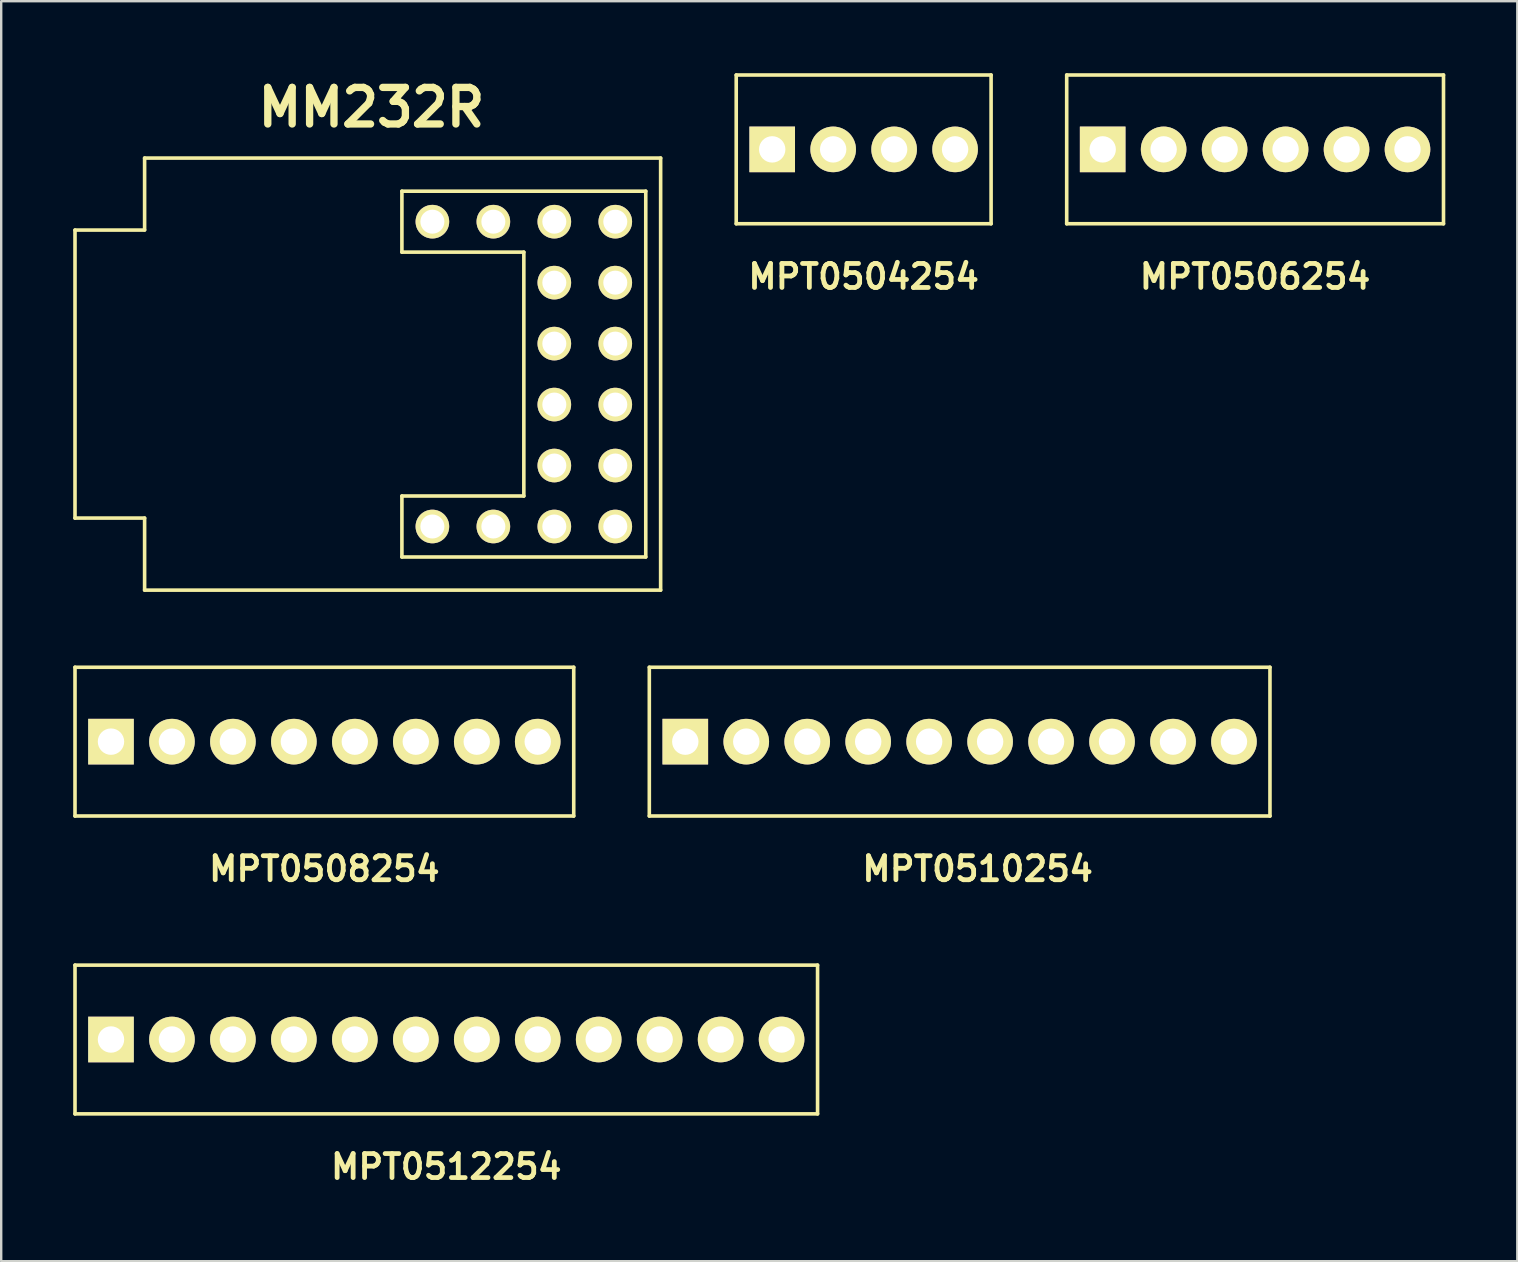
<source format=kicad_pcb>
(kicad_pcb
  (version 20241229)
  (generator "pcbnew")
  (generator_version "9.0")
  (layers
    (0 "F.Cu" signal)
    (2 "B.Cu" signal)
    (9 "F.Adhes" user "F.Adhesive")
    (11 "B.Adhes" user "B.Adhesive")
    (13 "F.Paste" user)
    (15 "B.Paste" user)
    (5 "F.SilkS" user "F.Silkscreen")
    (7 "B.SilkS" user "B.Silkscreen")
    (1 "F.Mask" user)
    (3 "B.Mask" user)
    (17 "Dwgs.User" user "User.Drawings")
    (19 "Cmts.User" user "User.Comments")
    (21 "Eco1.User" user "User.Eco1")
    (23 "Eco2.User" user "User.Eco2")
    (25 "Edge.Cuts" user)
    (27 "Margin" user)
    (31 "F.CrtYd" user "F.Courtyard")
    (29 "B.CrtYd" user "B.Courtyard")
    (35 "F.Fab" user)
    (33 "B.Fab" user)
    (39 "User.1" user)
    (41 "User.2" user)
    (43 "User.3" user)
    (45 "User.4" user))
  (footprint "MPT0504254"
    (layer "F.Cu")
    (at 29.123 3.174)
    (property "Reference" "MPT0504254" (at 3.81 5.3 0) (layer "F.SilkS") (effects (font (size 1 1) (thickness 0.2))))
    (attr through_hole)
    (fp_line (start -1.499 -3.099) (end -1.499 3.099) (stroke (width 0.15) (type solid)) (layer "F.SilkS"))
    (fp_line (start -1.499 -3.099) (end 9.12 -3.099) (stroke (width 0.15) (type solid)) (layer "F.SilkS"))
    (fp_line (start 9.12 -3.099) (end 9.12 3.099) (stroke (width 0.15) (type solid)) (layer "F.SilkS"))
    (fp_line (start 9.12 3.099) (end -1.499 3.099) (stroke (width 0.15) (type solid)) (layer "F.SilkS"))
    (pad "1" thru_hole rect (at 0 0) (size 1.9 1.9) (drill 1.1) (layers "*.Cu" "*.Mask" "F.SilkS"))
    (pad "2" thru_hole circle (at 2.54 0) (size 1.9 1.9) (drill 1.1) (layers "*.Cu" "*.Mask" "F.SilkS"))
    (pad "3" thru_hole circle (at 5.08 0) (size 1.9 1.9) (drill 1.1) (layers "*.Cu" "*.Mask" "F.SilkS"))
    (pad "4" thru_hole circle (at 7.62 0) (size 1.9 1.9) (drill 1.1) (layers "*.Cu" "*.Mask" "F.SilkS")))
  (footprint "MPT0508254"
    (layer "F.Cu")
    (at 1.574 27.85)
    (property "Reference" "MPT0508254" (at 8.89 5.3 0) (layer "F.SilkS") (effects (font (size 1 1) (thickness 0.2))))
    (attr through_hole)
    (fp_line (start -1.499 -3.099) (end -1.499 3.099) (stroke (width 0.15) (type solid)) (layer "F.SilkS"))
    (fp_line (start -1.499 -3.099) (end 19.28 -3.099) (stroke (width 0.15) (type solid)) (layer "F.SilkS"))
    (fp_line (start 19.28 -3.099) (end 19.28 3.099) (stroke (width 0.15) (type solid)) (layer "F.SilkS"))
    (fp_line (start 19.28 3.099) (end -1.499 3.099) (stroke (width 0.15) (type solid)) (layer "F.SilkS"))
    (pad "1" thru_hole rect (at 0 0) (size 1.9 1.9) (drill 1.1) (layers "*.Cu" "*.Mask" "F.SilkS"))
    (pad "2" thru_hole circle (at 2.54 0) (size 1.9 1.9) (drill 1.1) (layers "*.Cu" "*.Mask" "F.SilkS"))
    (pad "3" thru_hole circle (at 5.08 0) (size 1.9 1.9) (drill 1.1) (layers "*.Cu" "*.Mask" "F.SilkS"))
    (pad "4" thru_hole circle (at 7.62 0) (size 1.9 1.9) (drill 1.1) (layers "*.Cu" "*.Mask" "F.SilkS"))
    (pad "5" thru_hole circle (at 10.16 0) (size 1.9 1.9) (drill 1.1) (layers "*.Cu" "*.Mask" "F.SilkS"))
    (pad "6" thru_hole circle (at 12.7 0) (size 1.9 1.9) (drill 1.1) (layers "*.Cu" "*.Mask" "F.SilkS"))
    (pad "7" thru_hole circle (at 15.24 0) (size 1.9 1.9) (drill 1.1) (layers "*.Cu" "*.Mask" "F.SilkS"))
    (pad "8" thru_hole circle (at 17.78 0) (size 1.9 1.9) (drill 1.1) (layers "*.Cu" "*.Mask" "F.SilkS")))
  (footprint "MM232R"
    (layer "F.Cu")
    (at 12.425 21.426)
    (property "Reference" "MM232R" (at 0 -20 0) (layer "F.SilkS") (effects (font (size 1.524 1.524) (thickness 0.305))))
    (attr through_hole)
    (fp_line (start -12.35 -14.89) (end -12.35 -2.89) (stroke (width 0.15) (type solid)) (layer "F.SilkS"))
    (fp_line (start -12.35 -14.89) (end -9.45 -14.89) (stroke (width 0.15) (type solid)) (layer "F.SilkS"))
    (fp_line (start -12.35 -2.89) (end -9.45 -2.89) (stroke (width 0.15) (type solid)) (layer "F.SilkS"))
    (fp_line (start -9.45 -17.89) (end -9.45 -14.9) (stroke (width 0.15) (type solid)) (layer "F.SilkS"))
    (fp_line (start -9.45 -2.89) (end -9.45 0.11) (stroke (width 0.15) (type solid)) (layer "F.SilkS"))
    (fp_line (start -9.45 0.11) (end 12.05 0.11) (stroke (width 0.15) (type solid)) (layer "F.SilkS"))
    (fp_line (start 1.27 -16.51) (end 1.27 -13.97) (stroke (width 0.15) (type solid)) (layer "F.SilkS"))
    (fp_line (start 1.27 -13.97) (end 6.35 -13.97) (stroke (width 0.15) (type solid)) (layer "F.SilkS"))
    (fp_line (start 1.27 -3.81) (end 1.27 -1.27) (stroke (width 0.15) (type solid)) (layer "F.SilkS"))
    (fp_line (start 1.27 -1.27) (end 11.43 -1.27) (stroke (width 0.15) (type solid)) (layer "F.SilkS"))
    (fp_line (start 6.35 -13.97) (end 6.35 -3.81) (stroke (width 0.15) (type solid)) (layer "F.SilkS"))
    (fp_line (start 6.35 -3.81) (end 1.27 -3.81) (stroke (width 0.15) (type solid)) (layer "F.SilkS"))
    (fp_line (start 11.43 -16.51) (end 1.27 -16.51) (stroke (width 0.15) (type solid)) (layer "F.SilkS"))
    (fp_line (start 11.43 -1.27) (end 11.43 -16.51) (stroke (width 0.15) (type solid)) (layer "F.SilkS"))
    (fp_line (start 12.05 -17.89) (end -9.45 -17.89) (stroke (width 0.15) (type solid)) (layer "F.SilkS"))
    (fp_line (start 12.05 0.11) (end 12.05 -17.89) (stroke (width 0.15) (type solid)) (layer "F.SilkS"))
    (pad "1" thru_hole circle (at 2.54 -15.24) (size 1.4 1.4) (drill 1) (layers "*.Cu" "*.Mask" "F.SilkS"))
    (pad "2" thru_hole circle (at 5.08 -15.24) (size 1.4 1.4) (drill 1) (layers "*.Cu" "*.Mask" "F.SilkS"))
    (pad "3" thru_hole circle (at 7.62 -15.24) (size 1.4 1.4) (drill 1) (layers "*.Cu" "*.Mask" "F.SilkS"))
    (pad "4" thru_hole circle (at 10.16 -15.24) (size 1.4 1.4) (drill 1) (layers "*.Cu" "*.Mask" "F.SilkS"))
    (pad "5" thru_hole circle (at 7.62 -12.7) (size 1.4 1.4) (drill 1) (layers "*.Cu" "*.Mask" "F.SilkS"))
    (pad "6" thru_hole circle (at 10.16 -12.7) (size 1.4 1.4) (drill 1) (layers "*.Cu" "*.Mask" "F.SilkS"))
    (pad "7" thru_hole circle (at 7.62 -10.16) (size 1.4 1.4) (drill 1) (layers "*.Cu" "*.Mask" "F.SilkS"))
    (pad "8" thru_hole circle (at 10.16 -10.16) (size 1.4 1.4) (drill 1) (layers "*.Cu" "*.Mask" "F.SilkS"))
    (pad "9" thru_hole circle (at 10.16 -7.62) (size 1.4 1.4) (drill 1) (layers "*.Cu" "*.Mask" "F.SilkS"))
    (pad "10" thru_hole circle (at 7.62 -7.62) (size 1.4 1.4) (drill 1) (layers "*.Cu" "*.Mask" "F.SilkS"))
    (pad "11" thru_hole circle (at 10.16 -5.08) (size 1.4 1.4) (drill 1) (layers "*.Cu" "*.Mask" "F.SilkS"))
    (pad "12" thru_hole circle (at 7.62 -5.08) (size 1.4 1.4) (drill 1) (layers "*.Cu" "*.Mask" "F.SilkS"))
    (pad "13" thru_hole circle (at 10.16 -2.54) (size 1.4 1.4) (drill 1) (layers "*.Cu" "*.Mask" "F.SilkS"))
    (pad "14" thru_hole circle (at 7.62 -2.54) (size 1.4 1.4) (drill 1) (layers "*.Cu" "*.Mask" "F.SilkS"))
    (pad "15" thru_hole circle (at 5.08 -2.54) (size 1.4 1.4) (drill 1) (layers "*.Cu" "*.Mask" "F.SilkS"))
    (pad "16" thru_hole circle (at 2.54 -2.54) (size 1.4 1.4) (drill 1) (layers "*.Cu" "*.Mask" "F.SilkS")))
  (footprint "MPT0512254"
    (layer "F.Cu")
    (at 1.574 40.26)
    (property "Reference" "MPT0512254" (at 13.97 5.3 0) (layer "F.SilkS") (effects (font (size 1 1) (thickness 0.2))))
    (attr through_hole)
    (fp_line (start -1.499 -3.099) (end -1.499 3.099) (stroke (width 0.15) (type solid)) (layer "F.SilkS"))
    (fp_line (start -1.499 -3.099) (end 29.439 -3.099) (stroke (width 0.15) (type solid)) (layer "F.SilkS"))
    (fp_line (start 29.439 -3.099) (end 29.439 3.099) (stroke (width 0.15) (type solid)) (layer "F.SilkS"))
    (fp_line (start 29.439 3.099) (end -1.499 3.099) (stroke (width 0.15) (type solid)) (layer "F.SilkS"))
    (pad "1" thru_hole rect (at 0 0) (size 1.9 1.9) (drill 1.1) (layers "*.Cu" "*.Mask" "F.SilkS"))
    (pad "2" thru_hole circle (at 2.54 0) (size 1.9 1.9) (drill 1.1) (layers "*.Cu" "*.Mask" "F.SilkS"))
    (pad "3" thru_hole circle (at 5.08 0) (size 1.9 1.9) (drill 1.1) (layers "*.Cu" "*.Mask" "F.SilkS"))
    (pad "4" thru_hole circle (at 7.62 0) (size 1.9 1.9) (drill 1.1) (layers "*.Cu" "*.Mask" "F.SilkS"))
    (pad "5" thru_hole circle (at 10.16 0) (size 1.9 1.9) (drill 1.1) (layers "*.Cu" "*.Mask" "F.SilkS"))
    (pad "6" thru_hole circle (at 12.7 0) (size 1.9 1.9) (drill 1.1) (layers "*.Cu" "*.Mask" "F.SilkS"))
    (pad "7" thru_hole circle (at 15.24 0) (size 1.9 1.9) (drill 1.1) (layers "*.Cu" "*.Mask" "F.SilkS"))
    (pad "8" thru_hole circle (at 17.78 0) (size 1.9 1.9) (drill 1.1) (layers "*.Cu" "*.Mask" "F.SilkS"))
    (pad "9" thru_hole circle (at 20.32 0) (size 1.9 1.9) (drill 1.1) (layers "*.Cu" "*.Mask" "F.SilkS"))
    (pad "10" thru_hole circle (at 22.86 0) (size 1.9 1.9) (drill 1.1) (layers "*.Cu" "*.Mask" "F.SilkS"))
    (pad "11" thru_hole circle (at 25.4 0) (size 1.9 1.9) (drill 1.1) (layers "*.Cu" "*.Mask" "F.SilkS"))
    (pad "12" thru_hole circle (at 27.94 0) (size 1.9 1.9) (drill 1.1) (layers "*.Cu" "*.Mask" "F.SilkS")))
  (footprint "MPT0510254"
    (layer "F.Cu")
    (at 25.502 27.85)
    (property "Reference" "MPT0510254" (at 12.18 5.3 0) (layer "F.SilkS") (effects (font (size 1 1) (thickness 0.2))))
    (attr through_hole)
    (fp_line (start -1.499 -3.099) (end -1.499 3.099) (stroke (width 0.15) (type solid)) (layer "F.SilkS"))
    (fp_line (start -1.499 -3.099) (end 24.36 -3.099) (stroke (width 0.15) (type solid)) (layer "F.SilkS"))
    (fp_line (start 24.36 -3.099) (end 24.36 3.099) (stroke (width 0.15) (type solid)) (layer "F.SilkS"))
    (fp_line (start 24.36 3.099) (end -1.499 3.099) (stroke (width 0.15) (type solid)) (layer "F.SilkS"))
    (pad "1" thru_hole rect (at 0 0) (size 1.9 1.9) (drill 1.1) (layers "*.Cu" "*.Mask" "F.SilkS"))
    (pad "2" thru_hole circle (at 2.54 0) (size 1.9 1.9) (drill 1.1) (layers "*.Cu" "*.Mask" "F.SilkS"))
    (pad "3" thru_hole circle (at 5.08 0) (size 1.9 1.9) (drill 1.1) (layers "*.Cu" "*.Mask" "F.SilkS"))
    (pad "4" thru_hole circle (at 7.62 0) (size 1.9 1.9) (drill 1.1) (layers "*.Cu" "*.Mask" "F.SilkS"))
    (pad "5" thru_hole circle (at 10.16 0) (size 1.9 1.9) (drill 1.1) (layers "*.Cu" "*.Mask" "F.SilkS"))
    (pad "6" thru_hole circle (at 12.7 0) (size 1.9 1.9) (drill 1.1) (layers "*.Cu" "*.Mask" "F.SilkS"))
    (pad "7" thru_hole circle (at 15.24 0) (size 1.9 1.9) (drill 1.1) (layers "*.Cu" "*.Mask" "F.SilkS"))
    (pad "8" thru_hole circle (at 17.78 0) (size 1.9 1.9) (drill 1.1) (layers "*.Cu" "*.Mask" "F.SilkS"))
    (pad "9" thru_hole circle (at 20.32 0) (size 1.9 1.9) (drill 1.1) (layers "*.Cu" "*.Mask" "F.SilkS"))
    (pad "10" thru_hole circle (at 22.86 0) (size 1.9 1.9) (drill 1.1) (layers "*.Cu" "*.Mask" "F.SilkS")))
  (footprint "MPT0506254"
    (layer "F.Cu")
    (at 42.892 3.174)
    (property "Reference" "MPT0506254" (at 6.35 5.3 0) (layer "F.SilkS") (effects (font (size 1 1) (thickness 0.2))))
    (attr through_hole)
    (fp_line (start -1.499 -3.099) (end -1.499 3.099) (stroke (width 0.15) (type solid)) (layer "F.SilkS"))
    (fp_line (start -1.499 -3.099) (end 14.2 -3.099) (stroke (width 0.15) (type solid)) (layer "F.SilkS"))
    (fp_line (start 14.2 -3.099) (end 14.2 3.099) (stroke (width 0.15) (type solid)) (layer "F.SilkS"))
    (fp_line (start 14.2 3.099) (end -1.499 3.099) (stroke (width 0.15) (type solid)) (layer "F.SilkS"))
    (pad "1" thru_hole rect (at 0 0) (size 1.9 1.9) (drill 1.1) (layers "*.Cu" "*.Mask" "F.SilkS"))
    (pad "2" thru_hole circle (at 2.54 0) (size 1.9 1.9) (drill 1.1) (layers "*.Cu" "*.Mask" "F.SilkS"))
    (pad "3" thru_hole circle (at 5.08 0) (size 1.9 1.9) (drill 1.1) (layers "*.Cu" "*.Mask" "F.SilkS"))
    (pad "4" thru_hole circle (at 7.62 0) (size 1.9 1.9) (drill 1.1) (layers "*.Cu" "*.Mask" "F.SilkS"))
    (pad "5" thru_hole circle (at 10.16 0) (size 1.9 1.9) (drill 1.1) (layers "*.Cu" "*.Mask" "F.SilkS"))
    (pad "6" thru_hole circle (at 12.7 0) (size 1.9 1.9) (drill 1.1) (layers "*.Cu" "*.Mask" "F.SilkS")))
  (gr_rect
    (start -3 -3)
    (end 60.167 49.496)
    (stroke (width 0.1) (type default))
    (fill no)
    (layer "Edge.Cuts")))
</source>
